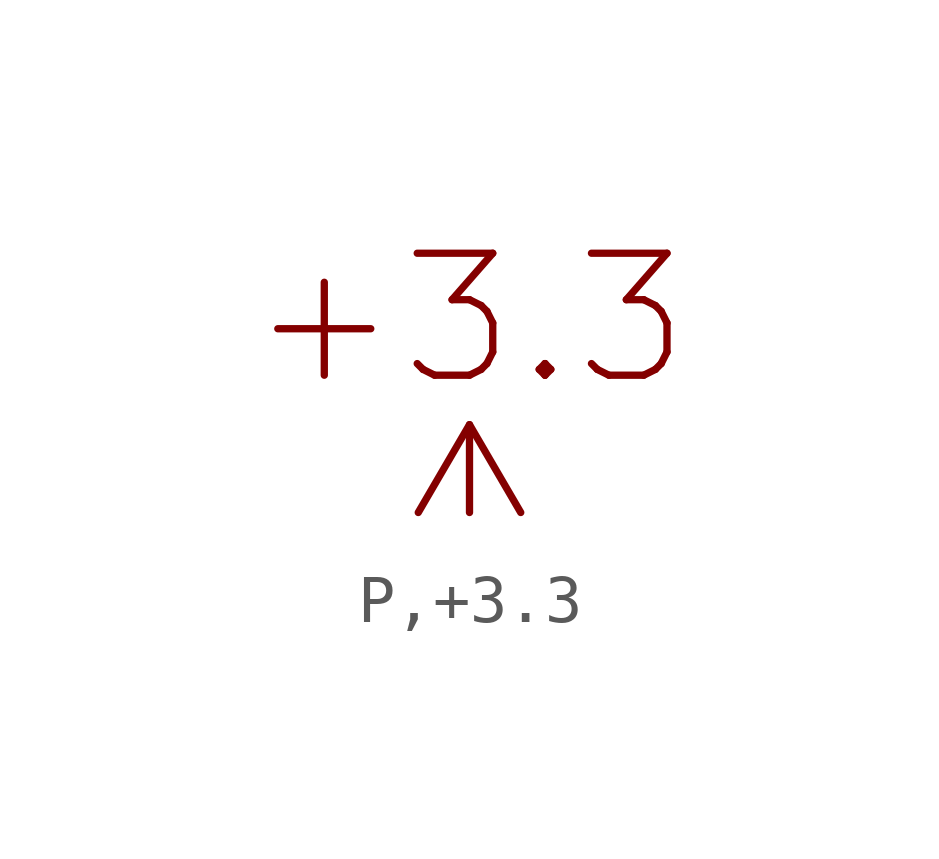
<source format=kicad_sym>
(kicad_symbol_lib
  (version 20211014)
  (generator kicad_symbol_editor)
  (symbol "P,+3.3"
    (power)
    (pin_numbers hide)
    (pin_names
      (offset 1.27) hide)
    (property "Reference" "#PWR"
      (at 2.54 0 0)
      (effects (font (size 2.54 2.54)) (justify left) hide))
    (symbol "P,+3.3_1_1"
      (polyline (pts (xy 0 0) (xy 0 1.829)) (stroke (width 0) (type default) (color 0 0 0 0)) (fill (type none)))
      (polyline (pts (xy -1.067 0) (xy 0 1.829) (xy 1.067 0)) (stroke (width 0) (type default) (color 0 0 0 0)) (fill (type none)))
      (text "+3.3" (at 0 2.54 0) (effects (font (size 2.54 2.54)) (justify bottom)))
      (pin power_in line (at 0 0 0) (length 0) hide (name "+3.3" (effects (font (size 2.54 2.54)))) (number "0" (effects (font (size 0 0))))))))
</source>
